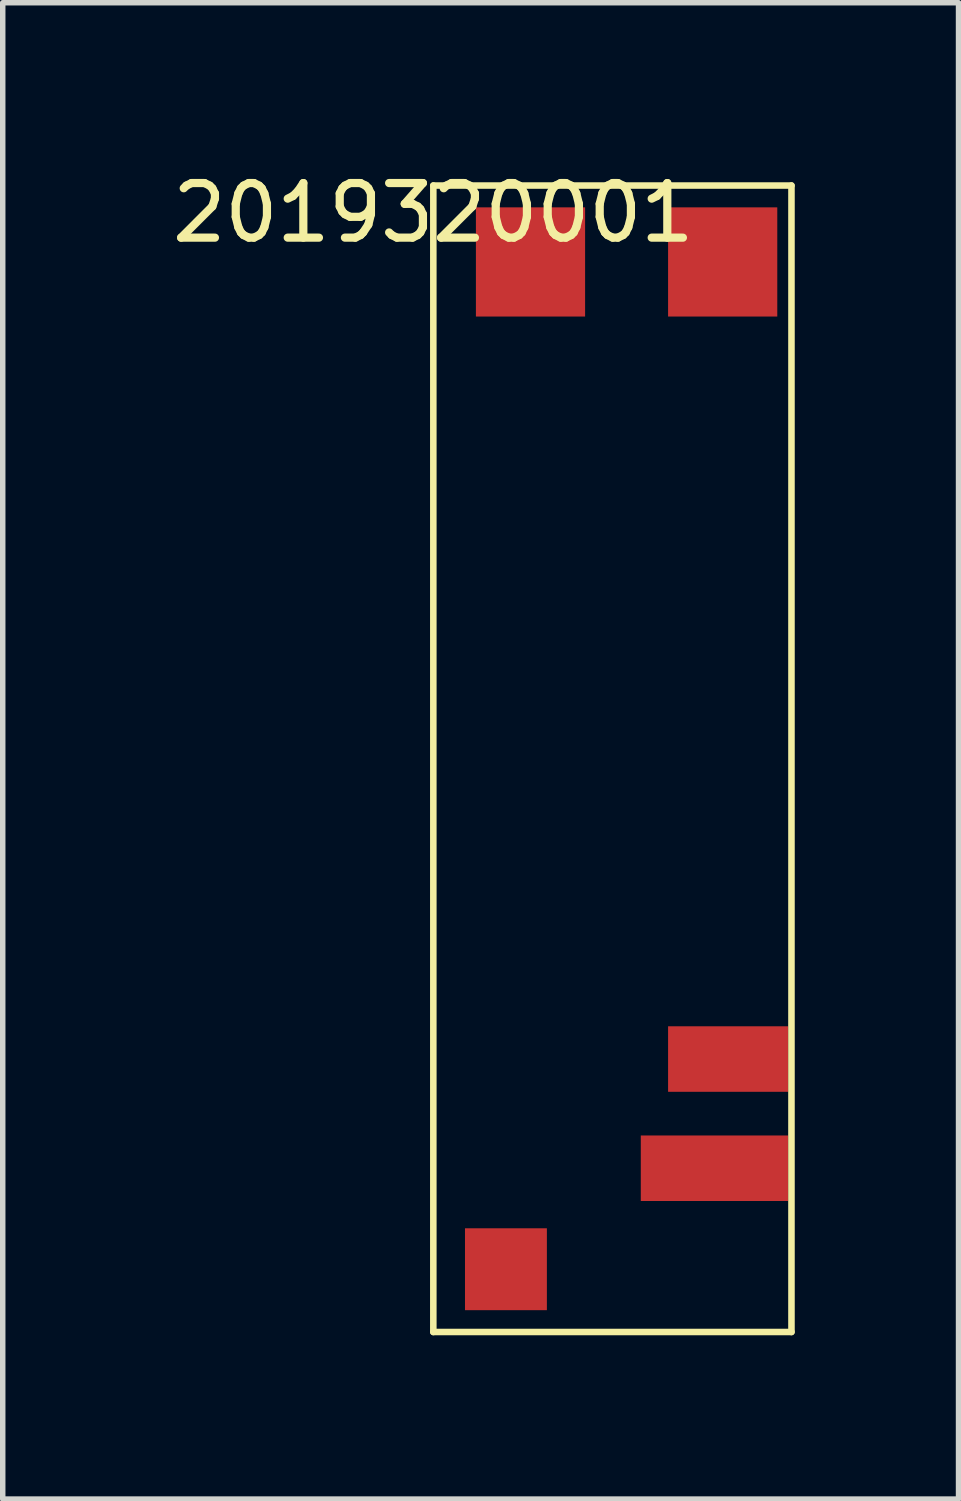
<source format=kicad_pcb>
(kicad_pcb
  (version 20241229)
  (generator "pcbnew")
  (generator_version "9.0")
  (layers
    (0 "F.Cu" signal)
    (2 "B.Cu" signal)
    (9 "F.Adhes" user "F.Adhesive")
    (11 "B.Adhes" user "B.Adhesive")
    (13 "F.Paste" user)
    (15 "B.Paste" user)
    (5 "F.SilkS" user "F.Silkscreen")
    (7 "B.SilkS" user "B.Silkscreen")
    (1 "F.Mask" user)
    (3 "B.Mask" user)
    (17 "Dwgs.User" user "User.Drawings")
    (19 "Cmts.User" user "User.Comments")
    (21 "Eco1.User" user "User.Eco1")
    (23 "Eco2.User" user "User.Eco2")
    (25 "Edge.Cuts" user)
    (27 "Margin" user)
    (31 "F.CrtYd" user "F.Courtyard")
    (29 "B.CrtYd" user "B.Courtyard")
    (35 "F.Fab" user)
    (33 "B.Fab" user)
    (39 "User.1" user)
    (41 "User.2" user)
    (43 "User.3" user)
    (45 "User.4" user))
  (footprint "2019320001"
    (layer "F.Cu")
    (at 4.887 0.348)
    (property "Reference" "2019320001" (at 0 0.5 0) (layer "F.SilkS") (effects (font (size 1 1) (thickness 0.15))))
    (attr through_hole)
    (fp_line (start 0 0) (end 0 21) (stroke (width 0.12) (type solid)) (layer "F.SilkS"))
    (fp_line (start 0 0) (end 6.56 0) (stroke (width 0.12) (type solid)) (layer "F.SilkS"))
    (fp_line (start 0 21) (end 6.56 21) (stroke (width 0.12) (type solid)) (layer "F.SilkS"))
    (fp_line (start 6.56 0) (end 6.56 21) (stroke (width 0.12) (type solid)) (layer "F.SilkS"))
    (pad "" smd rect (at 1.33 19.85) (size 1.5 1.5) (layers "F.Cu" "F.Mask" "F.Paste"))
    (pad "" smd rect (at 1.78 1.4) (size 2 2) (layers "F.Cu" "F.Mask" "F.Paste"))
    (pad "" smd rect (at 5.3 1.4) (size 2 2) (layers "F.Cu" "F.Mask" "F.Paste"))
    (pad "1" smd rect (at 5.15 18) (size 2.7 1.2) (layers "F.Cu" "F.Mask" "F.Paste"))
    (pad "2" smd rect (at 5.4 16) (size 2.2 1.2) (layers "F.Cu" "F.Mask" "F.Paste")))
  (gr_rect
    (start -3 -3)
    (end 14.507 24.408)
    (stroke (width 0.1) (type default))
    (fill no)
    (layer "Edge.Cuts")))
</source>
